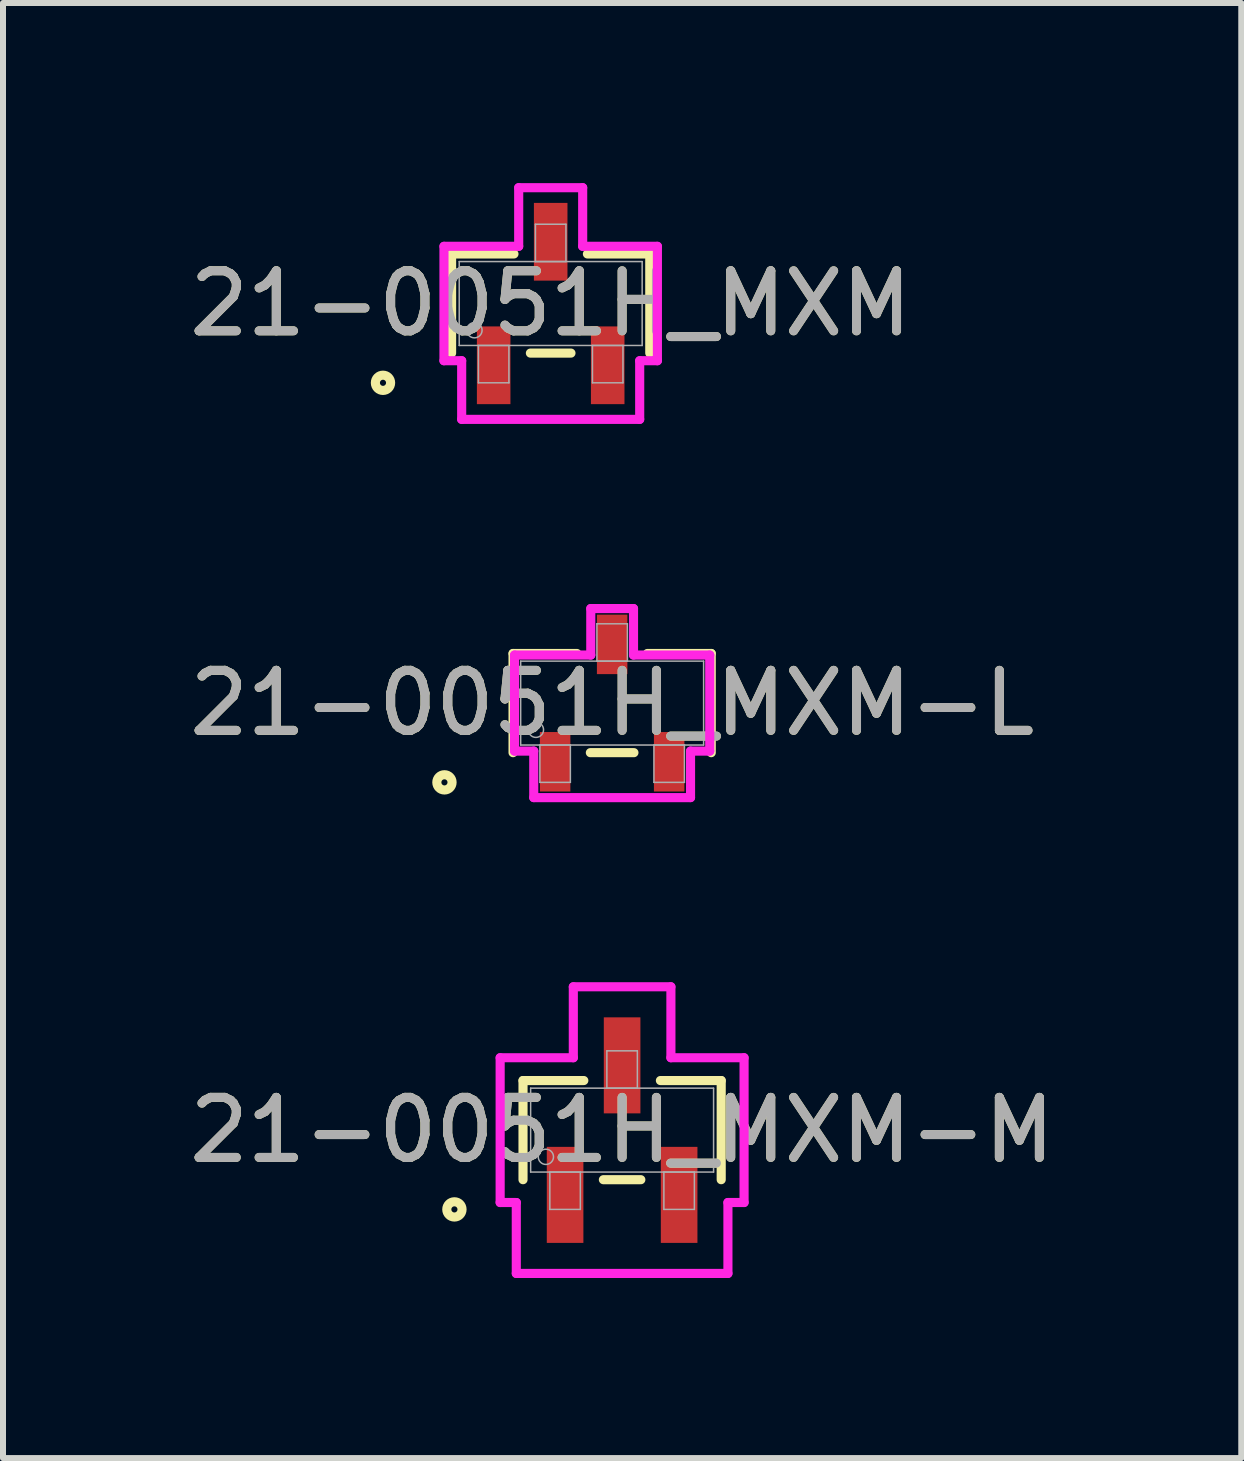
<source format=kicad_pcb>
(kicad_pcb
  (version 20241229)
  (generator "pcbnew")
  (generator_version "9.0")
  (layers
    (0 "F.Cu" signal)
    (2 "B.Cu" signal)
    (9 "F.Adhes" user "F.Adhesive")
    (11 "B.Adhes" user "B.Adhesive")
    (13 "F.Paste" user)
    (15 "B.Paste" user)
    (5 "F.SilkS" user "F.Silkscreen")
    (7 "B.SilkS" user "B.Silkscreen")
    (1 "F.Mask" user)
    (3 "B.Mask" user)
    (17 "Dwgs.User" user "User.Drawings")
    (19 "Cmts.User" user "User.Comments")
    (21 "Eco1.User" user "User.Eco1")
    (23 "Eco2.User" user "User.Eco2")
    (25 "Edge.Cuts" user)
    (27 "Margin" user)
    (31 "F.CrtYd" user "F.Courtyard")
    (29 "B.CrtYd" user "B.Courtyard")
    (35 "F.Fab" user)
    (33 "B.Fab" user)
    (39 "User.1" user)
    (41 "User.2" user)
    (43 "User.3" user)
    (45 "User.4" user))
  (footprint "21-0051H_MXM-M"
    (layer "F.Cu")
    (at 7.315 15.779)
    (property "Reference" "21-0051H_MXM-M" (at 0 0 0) (unlocked yes) (layer "F.SilkS") (effects (font (size 1 1) (thickness 0.15))))
    (attr smd)
    (fp_line (start -1.651 -0.826) (end -1.651 0.826) (stroke (width 0.152) (type solid)) (layer "F.SilkS"))
    (fp_line (start -0.638 -0.826) (end -1.651 -0.826) (stroke (width 0.152) (type solid)) (layer "F.SilkS"))
    (fp_line (start -0.312 0.826) (end 0.312 0.826) (stroke (width 0.152) (type solid)) (layer "F.SilkS"))
    (fp_line (start 1.651 -0.826) (end 0.638 -0.826) (stroke (width 0.152) (type solid)) (layer "F.SilkS"))
    (fp_line (start 1.651 0.826) (end 1.651 -0.826) (stroke (width 0.152) (type solid)) (layer "F.SilkS"))
    (fp_circle (center -2.794 1.321) (end -2.667 1.321) (stroke (width 0.152) (type solid)) (fill no) (layer "F.SilkS"))
    (fp_line (start -2.032 -1.206) (end -0.813 -1.206) (stroke (width 0.152) (type solid)) (layer "F.CrtYd"))
    (fp_line (start -2.032 1.206) (end -2.032 -1.206) (stroke (width 0.152) (type solid)) (layer "F.CrtYd"))
    (fp_line (start -2.032 1.206) (end -1.763 1.206) (stroke (width 0.152) (type solid)) (layer "F.CrtYd"))
    (fp_line (start -1.763 1.206) (end -1.763 2.388) (stroke (width 0.152) (type solid)) (layer "F.CrtYd"))
    (fp_line (start -1.763 2.388) (end 1.763 2.388) (stroke (width 0.152) (type solid)) (layer "F.CrtYd"))
    (fp_line (start -0.813 -2.388) (end 0.813 -2.388) (stroke (width 0.152) (type solid)) (layer "F.CrtYd"))
    (fp_line (start -0.813 -1.206) (end -0.813 -2.388) (stroke (width 0.152) (type solid)) (layer "F.CrtYd"))
    (fp_line (start 0.813 -1.206) (end 0.813 -2.388) (stroke (width 0.152) (type solid)) (layer "F.CrtYd"))
    (fp_line (start 1.763 1.206) (end 1.763 2.388) (stroke (width 0.152) (type solid)) (layer "F.CrtYd"))
    (fp_line (start 2.032 -1.206) (end 0.813 -1.206) (stroke (width 0.152) (type solid)) (layer "F.CrtYd"))
    (fp_line (start 2.032 -1.206) (end 2.032 1.206) (stroke (width 0.152) (type solid)) (layer "F.CrtYd"))
    (fp_line (start 2.032 1.206) (end 1.763 1.206) (stroke (width 0.152) (type solid)) (layer "F.CrtYd"))
    (fp_line (start -1.524 -0.699) (end -1.524 0.699) (stroke (width 0.025) (type solid)) (layer "F.Fab"))
    (fp_line (start -1.524 0.699) (end 1.524 0.699) (stroke (width 0.025) (type solid)) (layer "F.Fab"))
    (fp_line (start -1.204 0.699) (end -1.204 1.321) (stroke (width 0.025) (type solid)) (layer "F.Fab"))
    (fp_line (start -1.204 1.321) (end -0.696 1.321) (stroke (width 0.025) (type solid)) (layer "F.Fab"))
    (fp_line (start -0.696 0.699) (end -1.204 0.699) (stroke (width 0.025) (type solid)) (layer "F.Fab"))
    (fp_line (start -0.696 1.321) (end -0.696 0.699) (stroke (width 0.025) (type solid)) (layer "F.Fab"))
    (fp_line (start -0.254 -1.321) (end -0.254 -0.699) (stroke (width 0.025) (type solid)) (layer "F.Fab"))
    (fp_line (start -0.254 -0.699) (end 0.254 -0.699) (stroke (width 0.025) (type solid)) (layer "F.Fab"))
    (fp_line (start 0.254 -1.321) (end -0.254 -1.321) (stroke (width 0.025) (type solid)) (layer "F.Fab"))
    (fp_line (start 0.254 -0.699) (end 0.254 -1.321) (stroke (width 0.025) (type solid)) (layer "F.Fab"))
    (fp_line (start 0.696 0.699) (end 0.696 1.321) (stroke (width 0.025) (type solid)) (layer "F.Fab"))
    (fp_line (start 0.696 1.321) (end 1.204 1.321) (stroke (width 0.025) (type solid)) (layer "F.Fab"))
    (fp_line (start 1.204 0.699) (end 0.696 0.699) (stroke (width 0.025) (type solid)) (layer "F.Fab"))
    (fp_line (start 1.204 1.321) (end 1.204 0.699) (stroke (width 0.025) (type solid)) (layer "F.Fab"))
    (fp_line (start 1.524 -0.699) (end -1.524 -0.699) (stroke (width 0.025) (type solid)) (layer "F.Fab"))
    (fp_line (start 1.524 0.699) (end 1.524 -0.699) (stroke (width 0.025) (type solid)) (layer "F.Fab"))
    (fp_circle (center -1.27 0.445) (end -1.143 0.445) (stroke (width 0.025) (type solid)) (fill no) (layer "F.Fab"))
    (fp_text user "${REFERENCE}" (at 0 0 0) (unlocked yes) (layer "F.Fab") (effects (font (size 1 1) (thickness 0.15))))
    (pad "1" smd rect (at -0.95 1.079) (size 0.61 1.6) (layers "F.Cu" "F.Mask" "F.Paste"))
    (pad "2" smd rect (at 0.95 1.079) (size 0.61 1.6) (layers "F.Cu" "F.Mask" "F.Paste"))
    (pad "3" smd rect (at 0 -1.079) (size 0.61 1.6) (layers "F.Cu" "F.Mask" "F.Paste")))
  (footprint "21-0051H_MXM-L"
    (layer "F.Cu")
    (at 7.149 8.664)
    (property "Reference" "21-0051H_MXM-L" (at 0 0 0) (unlocked yes) (layer "F.SilkS") (effects (font (size 1 1) (thickness 0.15))))
    (attr smd)
    (fp_line (start -1.651 -0.826) (end -1.651 0.826) (stroke (width 0.152) (type solid)) (layer "F.SilkS"))
    (fp_line (start -0.587 -0.826) (end -1.651 -0.826) (stroke (width 0.152) (type solid)) (layer "F.SilkS"))
    (fp_line (start -0.363 0.826) (end 0.363 0.826) (stroke (width 0.152) (type solid)) (layer "F.SilkS"))
    (fp_line (start 1.651 -0.826) (end 0.587 -0.826) (stroke (width 0.152) (type solid)) (layer "F.SilkS"))
    (fp_line (start 1.651 0.826) (end 1.651 -0.826) (stroke (width 0.152) (type solid)) (layer "F.SilkS"))
    (fp_circle (center -2.794 1.321) (end -2.667 1.321) (stroke (width 0.152) (type solid)) (fill no) (layer "F.SilkS"))
    (fp_line (start -1.626 -0.8) (end -0.356 -0.8) (stroke (width 0.152) (type solid)) (layer "F.CrtYd"))
    (fp_line (start -1.626 0.8) (end -1.626 -0.8) (stroke (width 0.152) (type solid)) (layer "F.CrtYd"))
    (fp_line (start -1.626 0.8) (end -1.306 0.8) (stroke (width 0.152) (type solid)) (layer "F.CrtYd"))
    (fp_line (start -1.306 0.8) (end -1.306 1.575) (stroke (width 0.152) (type solid)) (layer "F.CrtYd"))
    (fp_line (start -1.306 1.575) (end 1.306 1.575) (stroke (width 0.152) (type solid)) (layer "F.CrtYd"))
    (fp_line (start -0.356 -1.575) (end 0.356 -1.575) (stroke (width 0.152) (type solid)) (layer "F.CrtYd"))
    (fp_line (start -0.356 -0.8) (end -0.356 -1.575) (stroke (width 0.152) (type solid)) (layer "F.CrtYd"))
    (fp_line (start 0.356 -0.8) (end 0.356 -1.575) (stroke (width 0.152) (type solid)) (layer "F.CrtYd"))
    (fp_line (start 1.306 0.8) (end 1.306 1.575) (stroke (width 0.152) (type solid)) (layer "F.CrtYd"))
    (fp_line (start 1.626 -0.8) (end 0.356 -0.8) (stroke (width 0.152) (type solid)) (layer "F.CrtYd"))
    (fp_line (start 1.626 -0.8) (end 1.626 0.8) (stroke (width 0.152) (type solid)) (layer "F.CrtYd"))
    (fp_line (start 1.626 0.8) (end 1.306 0.8) (stroke (width 0.152) (type solid)) (layer "F.CrtYd"))
    (fp_line (start -1.524 -0.699) (end -1.524 0.699) (stroke (width 0.025) (type solid)) (layer "F.Fab"))
    (fp_line (start -1.524 0.699) (end 1.524 0.699) (stroke (width 0.025) (type solid)) (layer "F.Fab"))
    (fp_line (start -1.204 0.699) (end -1.204 1.321) (stroke (width 0.025) (type solid)) (layer "F.Fab"))
    (fp_line (start -1.204 1.321) (end -0.696 1.321) (stroke (width 0.025) (type solid)) (layer "F.Fab"))
    (fp_line (start -0.696 0.699) (end -1.204 0.699) (stroke (width 0.025) (type solid)) (layer "F.Fab"))
    (fp_line (start -0.696 1.321) (end -0.696 0.699) (stroke (width 0.025) (type solid)) (layer "F.Fab"))
    (fp_line (start -0.254 -1.321) (end -0.254 -0.699) (stroke (width 0.025) (type solid)) (layer "F.Fab"))
    (fp_line (start -0.254 -0.699) (end 0.254 -0.699) (stroke (width 0.025) (type solid)) (layer "F.Fab"))
    (fp_line (start 0.254 -1.321) (end -0.254 -1.321) (stroke (width 0.025) (type solid)) (layer "F.Fab"))
    (fp_line (start 0.254 -0.699) (end 0.254 -1.321) (stroke (width 0.025) (type solid)) (layer "F.Fab"))
    (fp_line (start 0.696 0.699) (end 0.696 1.321) (stroke (width 0.025) (type solid)) (layer "F.Fab"))
    (fp_line (start 0.696 1.321) (end 1.204 1.321) (stroke (width 0.025) (type solid)) (layer "F.Fab"))
    (fp_line (start 1.204 0.699) (end 0.696 0.699) (stroke (width 0.025) (type solid)) (layer "F.Fab"))
    (fp_line (start 1.204 1.321) (end 1.204 0.699) (stroke (width 0.025) (type solid)) (layer "F.Fab"))
    (fp_line (start 1.524 -0.699) (end -1.524 -0.699) (stroke (width 0.025) (type solid)) (layer "F.Fab"))
    (fp_line (start 1.524 0.699) (end 1.524 -0.699) (stroke (width 0.025) (type solid)) (layer "F.Fab"))
    (fp_circle (center -1.27 0.445) (end -1.143 0.445) (stroke (width 0.025) (type solid)) (fill no) (layer "F.Fab"))
    (fp_text user "${REFERENCE}" (at 0 0 0) (unlocked yes) (layer "F.Fab") (effects (font (size 1 1) (thickness 0.15))))
    (pad "1" smd rect (at -0.95 0.978) (size 0.508 0.991) (layers "F.Cu" "F.Mask" "F.Paste"))
    (pad "2" smd rect (at 0.95 0.978) (size 0.508 0.991) (layers "F.Cu" "F.Mask" "F.Paste"))
    (pad "3" smd rect (at 0 -0.978) (size 0.508 0.991) (layers "F.Cu" "F.Mask" "F.Paste")))
  (footprint "21-0051H_MXM"
    (layer "F.Cu")
    (at 6.125 2.007)
    (property "Reference" "21-0051H_MXM" (at 0 0 0) (unlocked yes) (layer "F.SilkS") (effects (font (size 1 1) (thickness 0.15))))
    (attr smd)
    (fp_line (start -1.651 -0.826) (end -1.651 0.826) (stroke (width 0.152) (type solid)) (layer "F.SilkS"))
    (fp_line (start -0.612 -0.826) (end -1.651 -0.826) (stroke (width 0.152) (type solid)) (layer "F.SilkS"))
    (fp_line (start -0.338 0.826) (end 0.338 0.826) (stroke (width 0.152) (type solid)) (layer "F.SilkS"))
    (fp_line (start 1.651 -0.826) (end 0.612 -0.826) (stroke (width 0.152) (type solid)) (layer "F.SilkS"))
    (fp_line (start 1.651 0.826) (end 1.651 -0.826) (stroke (width 0.152) (type solid)) (layer "F.SilkS"))
    (fp_circle (center -2.794 1.321) (end -2.667 1.321) (stroke (width 0.152) (type solid)) (fill no) (layer "F.SilkS"))
    (fp_line (start -1.778 -0.953) (end -0.533 -0.953) (stroke (width 0.152) (type solid)) (layer "F.CrtYd"))
    (fp_line (start -1.778 0.953) (end -1.778 -0.953) (stroke (width 0.152) (type solid)) (layer "F.CrtYd"))
    (fp_line (start -1.778 0.953) (end -1.483 0.953) (stroke (width 0.152) (type solid)) (layer "F.CrtYd"))
    (fp_line (start -1.483 0.953) (end -1.483 1.93) (stroke (width 0.152) (type solid)) (layer "F.CrtYd"))
    (fp_line (start -1.483 1.93) (end 1.483 1.93) (stroke (width 0.152) (type solid)) (layer "F.CrtYd"))
    (fp_line (start -0.533 -1.93) (end 0.533 -1.93) (stroke (width 0.152) (type solid)) (layer "F.CrtYd"))
    (fp_line (start -0.533 -0.953) (end -0.533 -1.93) (stroke (width 0.152) (type solid)) (layer "F.CrtYd"))
    (fp_line (start 0.533 -0.953) (end 0.533 -1.93) (stroke (width 0.152) (type solid)) (layer "F.CrtYd"))
    (fp_line (start 1.483 0.953) (end 1.483 1.93) (stroke (width 0.152) (type solid)) (layer "F.CrtYd"))
    (fp_line (start 1.778 -0.953) (end 0.533 -0.953) (stroke (width 0.152) (type solid)) (layer "F.CrtYd"))
    (fp_line (start 1.778 -0.953) (end 1.778 0.953) (stroke (width 0.152) (type solid)) (layer "F.CrtYd"))
    (fp_line (start 1.778 0.953) (end 1.483 0.953) (stroke (width 0.152) (type solid)) (layer "F.CrtYd"))
    (fp_line (start -1.524 -0.699) (end -1.524 0.699) (stroke (width 0.025) (type solid)) (layer "F.Fab"))
    (fp_line (start -1.524 0.699) (end 1.524 0.699) (stroke (width 0.025) (type solid)) (layer "F.Fab"))
    (fp_line (start -1.204 0.699) (end -1.204 1.321) (stroke (width 0.025) (type solid)) (layer "F.Fab"))
    (fp_line (start -1.204 1.321) (end -0.696 1.321) (stroke (width 0.025) (type solid)) (layer "F.Fab"))
    (fp_line (start -0.696 0.699) (end -1.204 0.699) (stroke (width 0.025) (type solid)) (layer "F.Fab"))
    (fp_line (start -0.696 1.321) (end -0.696 0.699) (stroke (width 0.025) (type solid)) (layer "F.Fab"))
    (fp_line (start -0.254 -1.321) (end -0.254 -0.699) (stroke (width 0.025) (type solid)) (layer "F.Fab"))
    (fp_line (start -0.254 -0.699) (end 0.254 -0.699) (stroke (width 0.025) (type solid)) (layer "F.Fab"))
    (fp_line (start 0.254 -1.321) (end -0.254 -1.321) (stroke (width 0.025) (type solid)) (layer "F.Fab"))
    (fp_line (start 0.254 -0.699) (end 0.254 -1.321) (stroke (width 0.025) (type solid)) (layer "F.Fab"))
    (fp_line (start 0.696 0.699) (end 0.696 1.321) (stroke (width 0.025) (type solid)) (layer "F.Fab"))
    (fp_line (start 0.696 1.321) (end 1.204 1.321) (stroke (width 0.025) (type solid)) (layer "F.Fab"))
    (fp_line (start 1.204 0.699) (end 0.696 0.699) (stroke (width 0.025) (type solid)) (layer "F.Fab"))
    (fp_line (start 1.204 1.321) (end 1.204 0.699) (stroke (width 0.025) (type solid)) (layer "F.Fab"))
    (fp_line (start 1.524 -0.699) (end -1.524 -0.699) (stroke (width 0.025) (type solid)) (layer "F.Fab"))
    (fp_line (start 1.524 0.699) (end 1.524 -0.699) (stroke (width 0.025) (type solid)) (layer "F.Fab"))
    (fp_circle (center -1.27 0.445) (end -1.143 0.445) (stroke (width 0.025) (type solid)) (fill no) (layer "F.Fab"))
    (fp_text user "${REFERENCE}" (at 0 0 0) (unlocked yes) (layer "F.Fab") (effects (font (size 1 1) (thickness 0.15))))
    (pad "1" smd rect (at -0.95 1.029) (size 0.559 1.295) (layers "F.Cu" "F.Mask" "F.Paste"))
    (pad "2" smd rect (at 0.95 1.029) (size 0.559 1.295) (layers "F.Cu" "F.Mask" "F.Paste"))
    (pad "3" smd rect (at 0 -1.029) (size 0.559 1.295) (layers "F.Cu" "F.Mask" "F.Paste")))
  (gr_rect
    (start -3 -3)
    (end 17.631 21.243)
    (stroke (width 0.1) (type default))
    (fill no)
    (layer "Edge.Cuts")))
</source>
